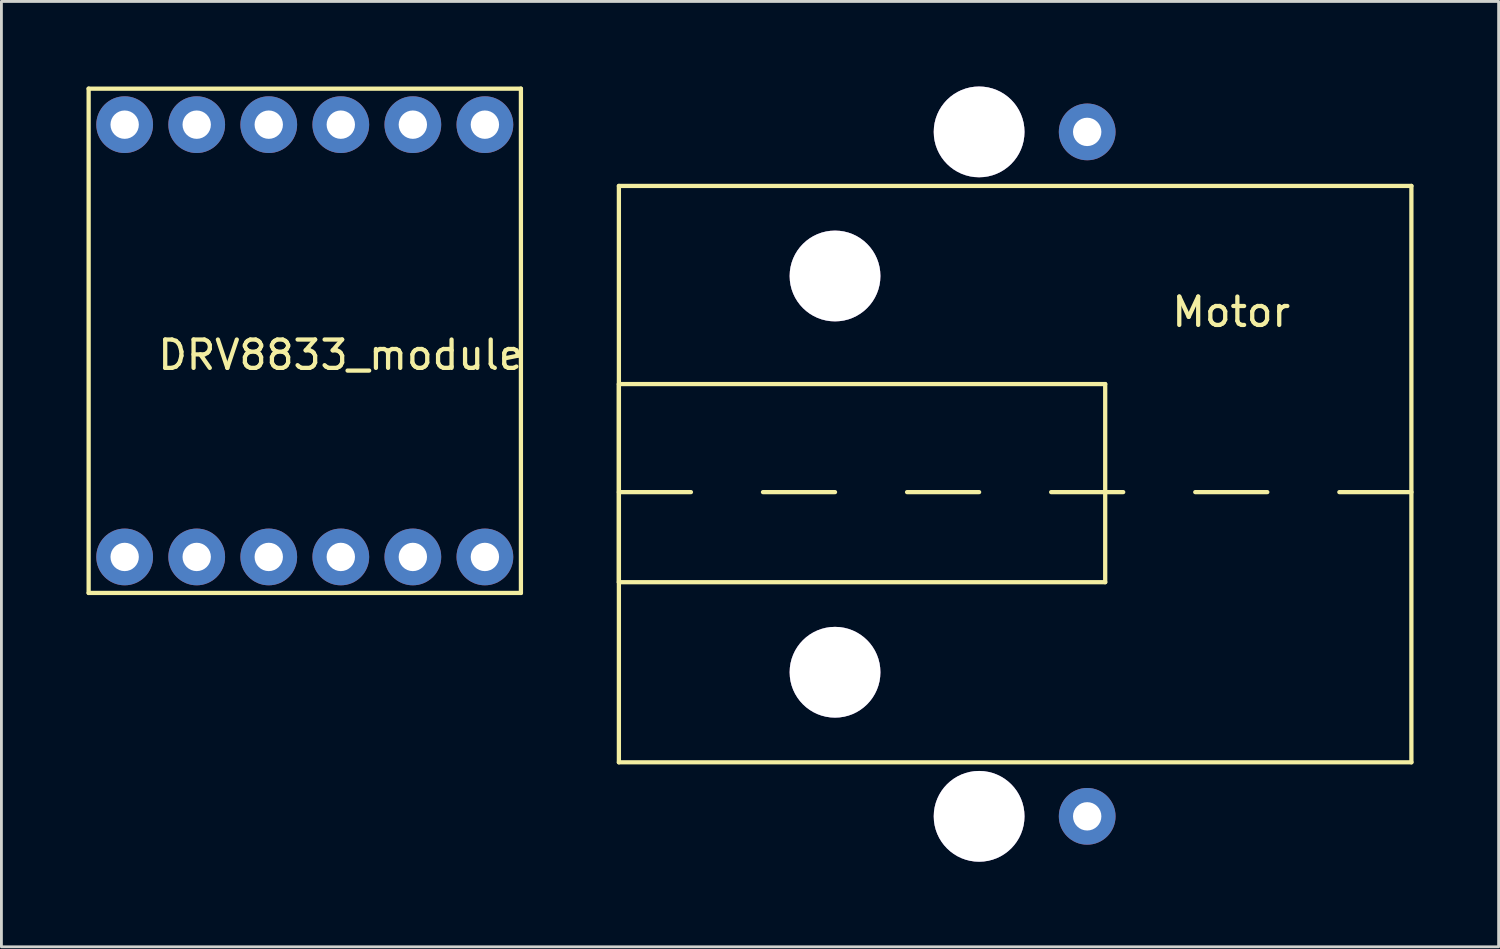
<source format=kicad_pcb>
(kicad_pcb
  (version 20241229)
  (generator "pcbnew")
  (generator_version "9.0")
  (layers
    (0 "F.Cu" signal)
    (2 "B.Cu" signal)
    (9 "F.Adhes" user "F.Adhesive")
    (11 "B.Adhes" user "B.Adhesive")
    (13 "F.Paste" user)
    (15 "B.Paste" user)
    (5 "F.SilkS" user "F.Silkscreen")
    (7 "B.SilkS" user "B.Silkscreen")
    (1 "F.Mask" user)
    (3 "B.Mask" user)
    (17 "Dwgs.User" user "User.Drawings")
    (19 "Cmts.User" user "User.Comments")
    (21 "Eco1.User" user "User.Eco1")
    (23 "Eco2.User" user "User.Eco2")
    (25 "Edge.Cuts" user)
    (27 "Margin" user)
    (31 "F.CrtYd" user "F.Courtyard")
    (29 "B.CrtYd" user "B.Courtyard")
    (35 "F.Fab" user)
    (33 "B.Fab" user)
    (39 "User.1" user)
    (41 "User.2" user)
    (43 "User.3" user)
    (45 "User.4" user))
  (footprint "Motor"
    (layer "F.Cu")
    (at 18.769 9.22)
    (property "Reference" "Motor" (at 21.59 -1.27 0) (layer "F.SilkS") (effects (font (size 1 1) (thickness 0.15))))
    (attr through_hole)
    (fp_line (start 0 -5.715) (end 0 14.605) (stroke (width 0.15) (type solid)) (layer "F.SilkS"))
    (fp_line (start 0 -5.715) (end 27.94 -5.715) (stroke (width 0.15) (type solid)) (layer "F.SilkS"))
    (fp_line (start 0 1.27) (end 17.145 1.27) (stroke (width 0.15) (type solid)) (layer "F.SilkS"))
    (fp_line (start 0 5.08) (end 2.54 5.08) (stroke (width 0.15) (type solid)) (layer "F.SilkS"))
    (fp_line (start 0 8.255) (end 0 1.27) (stroke (width 0.15) (type solid)) (layer "F.SilkS"))
    (fp_line (start 5.08 5.08) (end 7.62 5.08) (stroke (width 0.15) (type solid)) (layer "F.SilkS"))
    (fp_line (start 10.16 5.08) (end 12.7 5.08) (stroke (width 0.15) (type solid)) (layer "F.SilkS"))
    (fp_line (start 15.24 5.08) (end 17.78 5.08) (stroke (width 0.15) (type solid)) (layer "F.SilkS"))
    (fp_line (start 17.145 1.27) (end 17.145 8.255) (stroke (width 0.15) (type solid)) (layer "F.SilkS"))
    (fp_line (start 17.145 8.255) (end 0 8.255) (stroke (width 0.15) (type solid)) (layer "F.SilkS"))
    (fp_line (start 20.32 5.08) (end 22.86 5.08) (stroke (width 0.15) (type solid)) (layer "F.SilkS"))
    (fp_line (start 25.4 5.08) (end 27.94 5.08) (stroke (width 0.15) (type solid)) (layer "F.SilkS"))
    (fp_line (start 27.94 -5.715) (end 27.94 14.605) (stroke (width 0.15) (type solid)) (layer "F.SilkS"))
    (fp_line (start 27.94 14.605) (end 0 14.605) (stroke (width 0.15) (type solid)) (layer "F.SilkS"))
    (pad "1" thru_hole circle (at 16.51 -7.62) (size 2 2) (drill 1) (layers "*.Cu" "*.Mask"))
    (pad "2" thru_hole circle (at 16.51 16.51) (size 2 2) (drill 1) (layers "*.Cu" "*.Mask"))
    (pad "~" thru_hole circle (at 7.62 -2.54) (size 3.2 3.2) (drill 3.2) (layers "*.Cu" "*.Mask"))
    (pad "~" thru_hole circle (at 7.62 11.43) (size 3.2 3.2) (drill 3.2) (layers "*.Cu" "*.Mask"))
    (pad "~" thru_hole circle (at 12.7 -7.62) (size 3.2 3.2) (drill 3.2) (layers "*.Cu" "*.Mask"))
    (pad "~" thru_hole circle (at 12.7 16.51) (size 3.2 3.2) (drill 3.2) (layers "*.Cu" "*.Mask")))
  (footprint "DRV8833_module"
    (layer "F.Cu")
    (at 8.965 8.965)
    (property "Reference" "DRV8833_module" (at 0 0.5 0) (layer "F.SilkS") (effects (font (size 1 1) (thickness 0.15))))
    (attr through_hole)
    (fp_line (start -8.89 -8.89) (end -8.89 8.89) (stroke (width 0.15) (type solid)) (layer "F.SilkS"))
    (fp_line (start -8.89 8.89) (end 6.35 8.89) (stroke (width 0.15) (type solid)) (layer "F.SilkS"))
    (fp_line (start 6.35 -8.89) (end -8.89 -8.89) (stroke (width 0.15) (type solid)) (layer "F.SilkS"))
    (fp_line (start 6.35 8.89) (end 6.35 -8.89) (stroke (width 0.15) (type solid)) (layer "F.SilkS"))
    (pad "1" thru_hole circle (at -7.62 -7.62) (size 2 2) (drill 1) (layers "*.Cu" "*.Mask"))
    (pad "2" thru_hole circle (at -5.08 -7.62) (size 2 2) (drill 1) (layers "*.Cu" "*.Mask"))
    (pad "3" thru_hole circle (at -2.54 -7.62) (size 2 2) (drill 1) (layers "*.Cu" "*.Mask"))
    (pad "4" thru_hole circle (at 0 -7.62) (size 2 2) (drill 1) (layers "*.Cu" "*.Mask"))
    (pad "5" thru_hole circle (at 2.54 -7.62) (size 2 2) (drill 1) (layers "*.Cu" "*.Mask"))
    (pad "6" thru_hole circle (at 5.08 -7.62) (size 2 2) (drill 1) (layers "*.Cu" "*.Mask"))
    (pad "7" thru_hole circle (at 5.08 7.62) (size 2 2) (drill 1) (layers "*.Cu" "*.Mask"))
    (pad "8" thru_hole circle (at 2.54 7.62) (size 2 2) (drill 1) (layers "*.Cu" "*.Mask"))
    (pad "9" thru_hole circle (at 0 7.62) (size 2 2) (drill 1) (layers "*.Cu" "*.Mask"))
    (pad "10" thru_hole circle (at -2.54 7.62) (size 2 2) (drill 1) (layers "*.Cu" "*.Mask"))
    (pad "11" thru_hole circle (at -5.08 7.62) (size 2 2) (drill 1) (layers "*.Cu" "*.Mask"))
    (pad "12" thru_hole circle (at -7.62 7.62) (size 2 2) (drill 1) (layers "*.Cu" "*.Mask")))
  (gr_rect
    (start -3 -3)
    (end 49.784 30.33)
    (stroke (width 0.1) (type default))
    (fill no)
    (layer "Edge.Cuts")))
</source>
